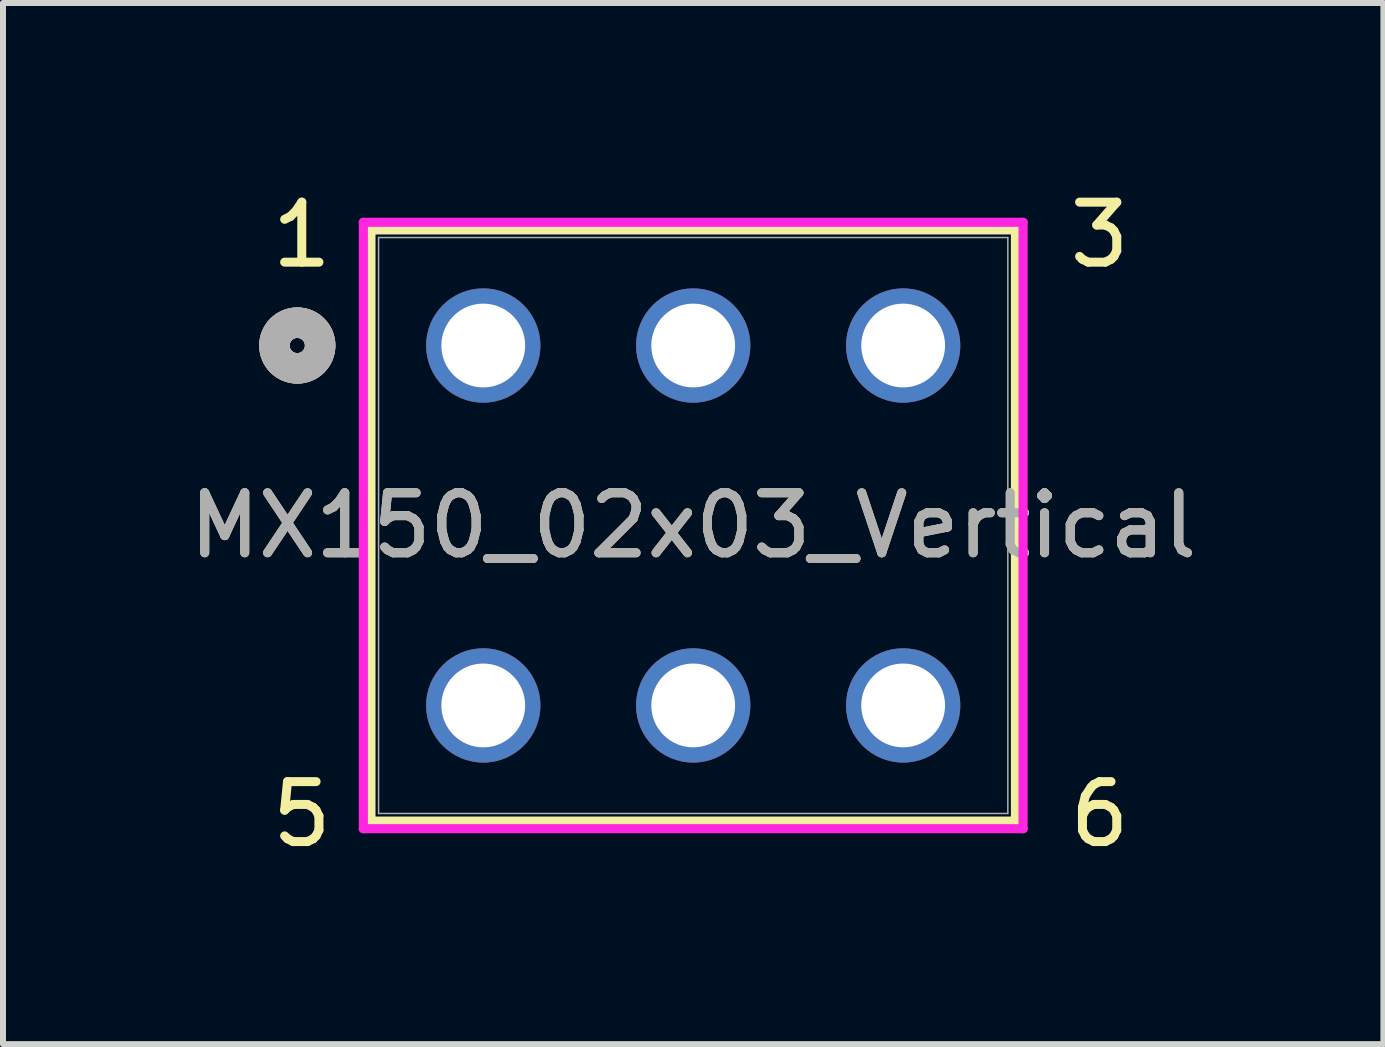
<source format=kicad_pcb>
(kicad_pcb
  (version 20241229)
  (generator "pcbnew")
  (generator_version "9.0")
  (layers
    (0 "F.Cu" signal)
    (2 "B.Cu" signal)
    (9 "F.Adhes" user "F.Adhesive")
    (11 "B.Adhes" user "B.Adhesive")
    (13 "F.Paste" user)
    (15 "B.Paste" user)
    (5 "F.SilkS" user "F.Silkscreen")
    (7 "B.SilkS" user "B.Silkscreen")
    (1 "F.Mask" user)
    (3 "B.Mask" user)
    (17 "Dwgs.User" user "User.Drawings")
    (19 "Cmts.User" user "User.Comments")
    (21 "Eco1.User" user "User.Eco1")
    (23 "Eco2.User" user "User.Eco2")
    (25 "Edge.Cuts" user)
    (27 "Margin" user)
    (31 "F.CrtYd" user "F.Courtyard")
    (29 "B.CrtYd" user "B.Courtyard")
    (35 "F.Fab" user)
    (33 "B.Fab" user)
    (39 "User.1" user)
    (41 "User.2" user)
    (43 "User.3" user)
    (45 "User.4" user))
  (footprint "MX150_02x03_Vertical"
    (layer "F.Cu")
    (at 8.506 5.71)
    (property "Reference" "MX150_02x03_Vertical" (at 0 0.000002 0) (unlocked yes) (layer "F.SilkS") (effects (font (size 1 1) (thickness 0.15))))
    (attr through_hole)
    (fp_line (start -5.372 -4.927) (end -5.372 4.928) (stroke (width 0.152) (type solid)) (layer "F.SilkS"))
    (fp_line (start -5.372 4.928) (end 5.372 4.928) (stroke (width 0.152) (type solid)) (layer "F.SilkS"))
    (fp_line (start 5.372 -4.927) (end -5.372 -4.927) (stroke (width 0.152) (type solid)) (layer "F.SilkS"))
    (fp_line (start 5.372 4.928) (end 5.372 -4.927) (stroke (width 0.152) (type solid)) (layer "F.SilkS"))
    (fp_circle (center -6.6 -3) (end -6.219 -3) (stroke (width 0.508) (type solid)) (fill no) (layer "F.SilkS"))
    (fp_circle (center -6.6 -3) (end -6.219 -3) (stroke (width 0.508) (type solid)) (fill no) (layer "B.SilkS"))
    (fp_line (start -5.499 -5.054) (end -5.499 5.055) (stroke (width 0.152) (type solid)) (layer "F.CrtYd"))
    (fp_line (start -5.499 5.055) (end 5.499 5.055) (stroke (width 0.152) (type solid)) (layer "F.CrtYd"))
    (fp_line (start 5.499 -5.054) (end -5.499 -5.054) (stroke (width 0.152) (type solid)) (layer "F.CrtYd"))
    (fp_line (start 5.499 5.055) (end 5.499 -5.054) (stroke (width 0.152) (type solid)) (layer "F.CrtYd"))
    (fp_line (start -5.245 -4.8) (end -5.245 4.801) (stroke (width 0.025) (type solid)) (layer "F.Fab"))
    (fp_line (start -5.245 4.801) (end 5.245 4.801) (stroke (width 0.025) (type solid)) (layer "F.Fab"))
    (fp_line (start 5.245 -4.8) (end -5.245 -4.8) (stroke (width 0.025) (type solid)) (layer "F.Fab"))
    (fp_line (start 5.245 4.801) (end 5.245 -4.8) (stroke (width 0.025) (type solid)) (layer "F.Fab"))
    (fp_circle (center -6.6 -3) (end -6.219 -3) (stroke (width 0.508) (type solid)) (fill no) (layer "F.Fab"))
    (fp_text user "1\n\n\n\n\n\n5" (at -7.1 5.4 0) (unlocked yes) (layer "F.SilkS") (effects (font (size 1 1) (thickness 0.15)) (justify left bottom)))
    (fp_text user "3\n\n\n\n\n\n6" (at 6.2 5.4 0) (unlocked yes) (layer "F.SilkS") (effects (font (size 1 1) (thickness 0.15)) (justify left bottom)))
    (fp_text user "${REFERENCE}" (at 0 0.000002 0) (unlocked yes) (layer "F.Fab") (effects (font (size 1 1) (thickness 0.15))))
    (pad "1" thru_hole circle (at -3.5 -3) (size 1.905 1.905) (drill 1.397) (layers "*.Cu" "*.Mask"))
    (pad "2" thru_hole circle (at 0 -3) (size 1.905 1.905) (drill 1.397) (layers "*.Cu" "*.Mask"))
    (pad "3" thru_hole circle (at 3.5 -3) (size 1.905 1.905) (drill 1.397) (layers "*.Cu" "*.Mask"))
    (pad "4" thru_hole circle (at -3.5 3) (size 1.905 1.905) (drill 1.397) (layers "*.Cu" "*.Mask"))
    (pad "5" thru_hole circle (at 0 3) (size 1.905 1.905) (drill 1.397) (layers "*.Cu" "*.Mask"))
    (pad "6" thru_hole circle (at 3.5 3) (size 1.905 1.905) (drill 1.397) (layers "*.Cu" "*.Mask")))
  (gr_rect
    (start -3 -3)
    (end 20.012 14.356)
    (stroke (width 0.1) (type default))
    (fill no)
    (layer "Edge.Cuts")))
</source>
